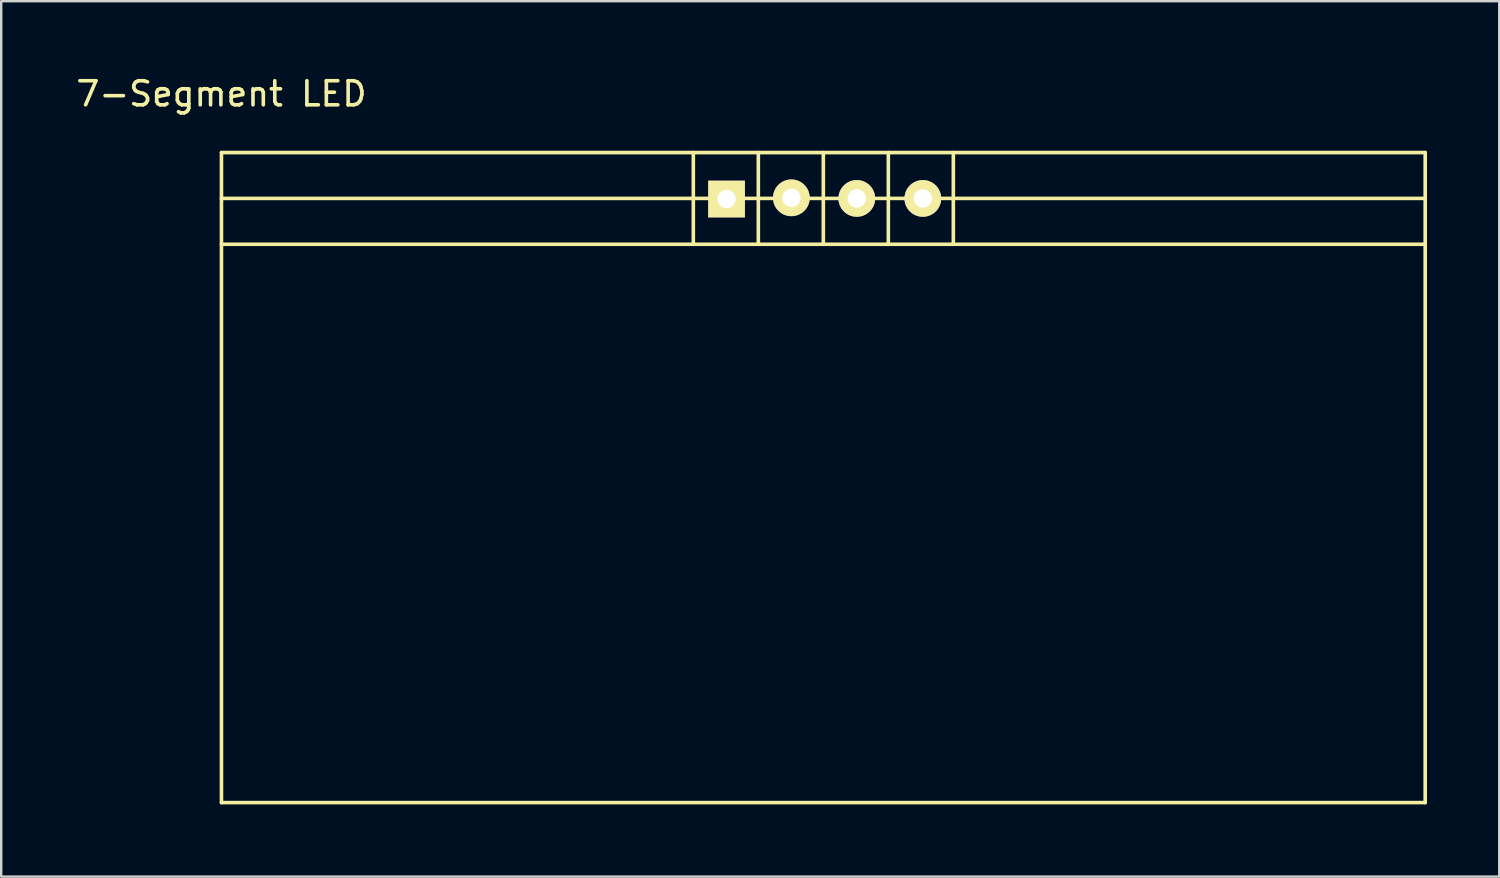
<source format=kicad_pcb>
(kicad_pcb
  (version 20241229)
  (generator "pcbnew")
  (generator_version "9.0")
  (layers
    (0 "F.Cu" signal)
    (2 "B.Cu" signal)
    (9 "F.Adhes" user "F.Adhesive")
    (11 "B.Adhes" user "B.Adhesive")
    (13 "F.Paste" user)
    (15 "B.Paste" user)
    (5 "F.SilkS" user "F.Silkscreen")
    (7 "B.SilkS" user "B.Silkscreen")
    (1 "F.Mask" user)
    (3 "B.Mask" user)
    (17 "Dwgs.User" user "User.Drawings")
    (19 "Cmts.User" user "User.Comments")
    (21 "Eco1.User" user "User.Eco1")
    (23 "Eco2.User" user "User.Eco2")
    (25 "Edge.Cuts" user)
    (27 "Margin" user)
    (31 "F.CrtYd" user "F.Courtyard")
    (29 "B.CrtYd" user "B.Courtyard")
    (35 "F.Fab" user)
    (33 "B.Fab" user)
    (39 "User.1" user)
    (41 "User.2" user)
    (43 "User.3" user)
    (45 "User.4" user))
  (footprint "7-Segment LED"
    (layer "F.Cu")
    (at 6.174 3.287)
    (property "Reference" "7-Segment LED" (at -0.025 -2.438 0) (layer "F.SilkS") (effects (font (size 1 1) (thickness 0.15))))
    (attr through_hole)
    (fp_line (start -0.025 0) (end -0.025 27) (stroke (width 0.15) (type solid)) (layer "F.SilkS"))
    (fp_line (start -0.025 0) (end 49.975 0) (stroke (width 0.15) (type solid)) (layer "F.SilkS"))
    (fp_line (start -0.025 1.905) (end 49.975 1.905) (stroke (width 0.15) (type solid)) (layer "F.SilkS"))
    (fp_line (start -0.025 3.81) (end 49.975 3.81) (stroke (width 0.15) (type solid)) (layer "F.SilkS"))
    (fp_line (start -0.025 27) (end 49.975 27) (stroke (width 0.15) (type solid)) (layer "F.SilkS"))
    (fp_line (start 19.575 0) (end 19.575 3.81) (stroke (width 0.15) (type solid)) (layer "F.SilkS"))
    (fp_line (start 22.275 0) (end 22.275 3.81) (stroke (width 0.15) (type solid)) (layer "F.SilkS"))
    (fp_line (start 24.975 0) (end 24.975 3.81) (stroke (width 0.15) (type solid)) (layer "F.SilkS"))
    (fp_line (start 27.675 0) (end 27.675 3.81) (stroke (width 0.15) (type solid)) (layer "F.SilkS"))
    (fp_line (start 30.375 0) (end 30.375 3.81) (stroke (width 0.15) (type solid)) (layer "F.SilkS"))
    (fp_line (start 49.975 0) (end 49.975 27) (stroke (width 0.15) (type solid)) (layer "F.SilkS"))
    (pad "1" thru_hole rect (at 20.955 1.93) (size 1.524 1.524) (drill 0.762) (layers "*.Cu" "*.Mask" "F.SilkS"))
    (pad "2" thru_hole circle (at 23.647 1.88) (size 1.524 1.524) (drill 0.762) (layers "*.Cu" "*.Mask" "F.SilkS"))
    (pad "3" thru_hole circle (at 26.365 1.905) (size 1.524 1.524) (drill 0.762) (layers "*.Cu" "*.Mask" "F.SilkS"))
    (pad "4" thru_hole circle (at 29.108 1.905) (size 1.524 1.524) (drill 0.762) (layers "*.Cu" "*.Mask" "F.SilkS")))
  (gr_rect
    (start -3 -3)
    (end 59.224 33.362)
    (stroke (width 0.1) (type default))
    (fill no)
    (layer "Edge.Cuts")))
</source>
